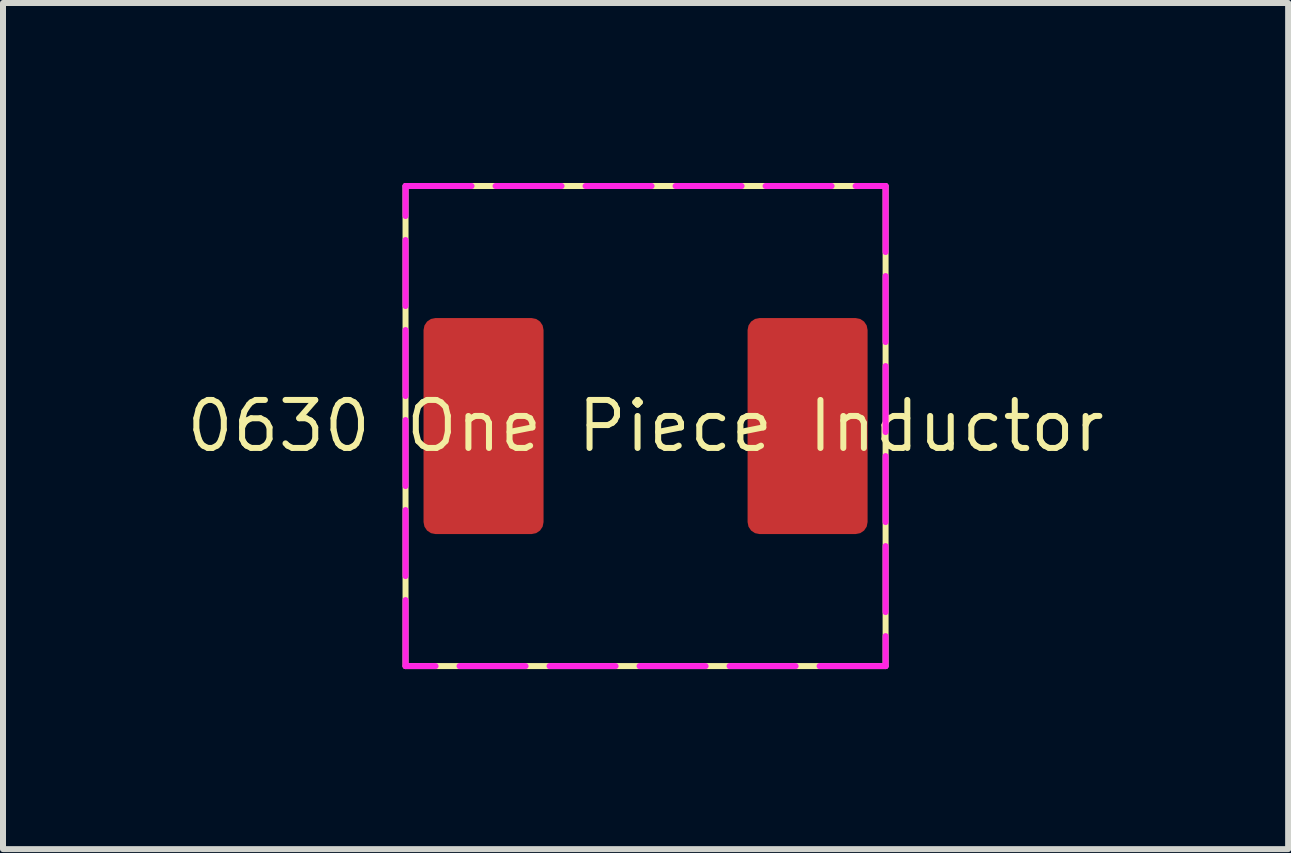
<source format=kicad_pcb>
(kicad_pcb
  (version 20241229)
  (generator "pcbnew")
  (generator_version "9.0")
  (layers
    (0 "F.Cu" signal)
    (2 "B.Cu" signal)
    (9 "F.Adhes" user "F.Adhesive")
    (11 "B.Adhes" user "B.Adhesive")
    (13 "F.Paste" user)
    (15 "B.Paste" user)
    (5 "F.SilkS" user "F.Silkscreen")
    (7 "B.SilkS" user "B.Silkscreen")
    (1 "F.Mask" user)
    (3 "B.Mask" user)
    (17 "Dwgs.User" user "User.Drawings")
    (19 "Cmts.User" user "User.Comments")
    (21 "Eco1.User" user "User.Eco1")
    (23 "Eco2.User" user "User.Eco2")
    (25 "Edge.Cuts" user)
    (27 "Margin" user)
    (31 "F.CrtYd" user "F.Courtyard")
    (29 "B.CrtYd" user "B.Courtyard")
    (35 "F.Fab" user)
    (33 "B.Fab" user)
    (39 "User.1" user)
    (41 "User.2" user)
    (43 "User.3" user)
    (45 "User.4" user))
  (footprint "0630 One Piece Inductor"
    (layer "F.Cu")
    (at 7.708 4.05)
    (property "Reference" "0630 One Piece Inductor" (at 0 0 0) (unlocked yes) (layer "F.SilkS") (effects (font (size 0.8 0.8) (thickness 0.1))))
    (attr smd)
    (fp_rect (start -4 -4) (end 4 4) (stroke (width 0.1) (type default)) (fill no) (layer "F.SilkS"))
    (fp_rect (start -4 -4) (end 4 4) (stroke (width 0.1) (type dash)) (fill no) (layer "F.CrtYd"))
    (pad "1" smd roundrect (at -2.7 0) (size 2 3.6) (layers "F.Cu" "F.Mask" "F.Paste") (roundrect_rratio 0.1))
    (pad "2" smd roundrect (at 2.7 0) (size 2 3.6) (layers "F.Cu" "F.Mask" "F.Paste") (roundrect_rratio 0.1)))
  (gr_rect
    (start -3 -3)
    (end 18.416 11.1)
    (stroke (width 0.1) (type default))
    (fill no)
    (layer "Edge.Cuts")))
</source>
